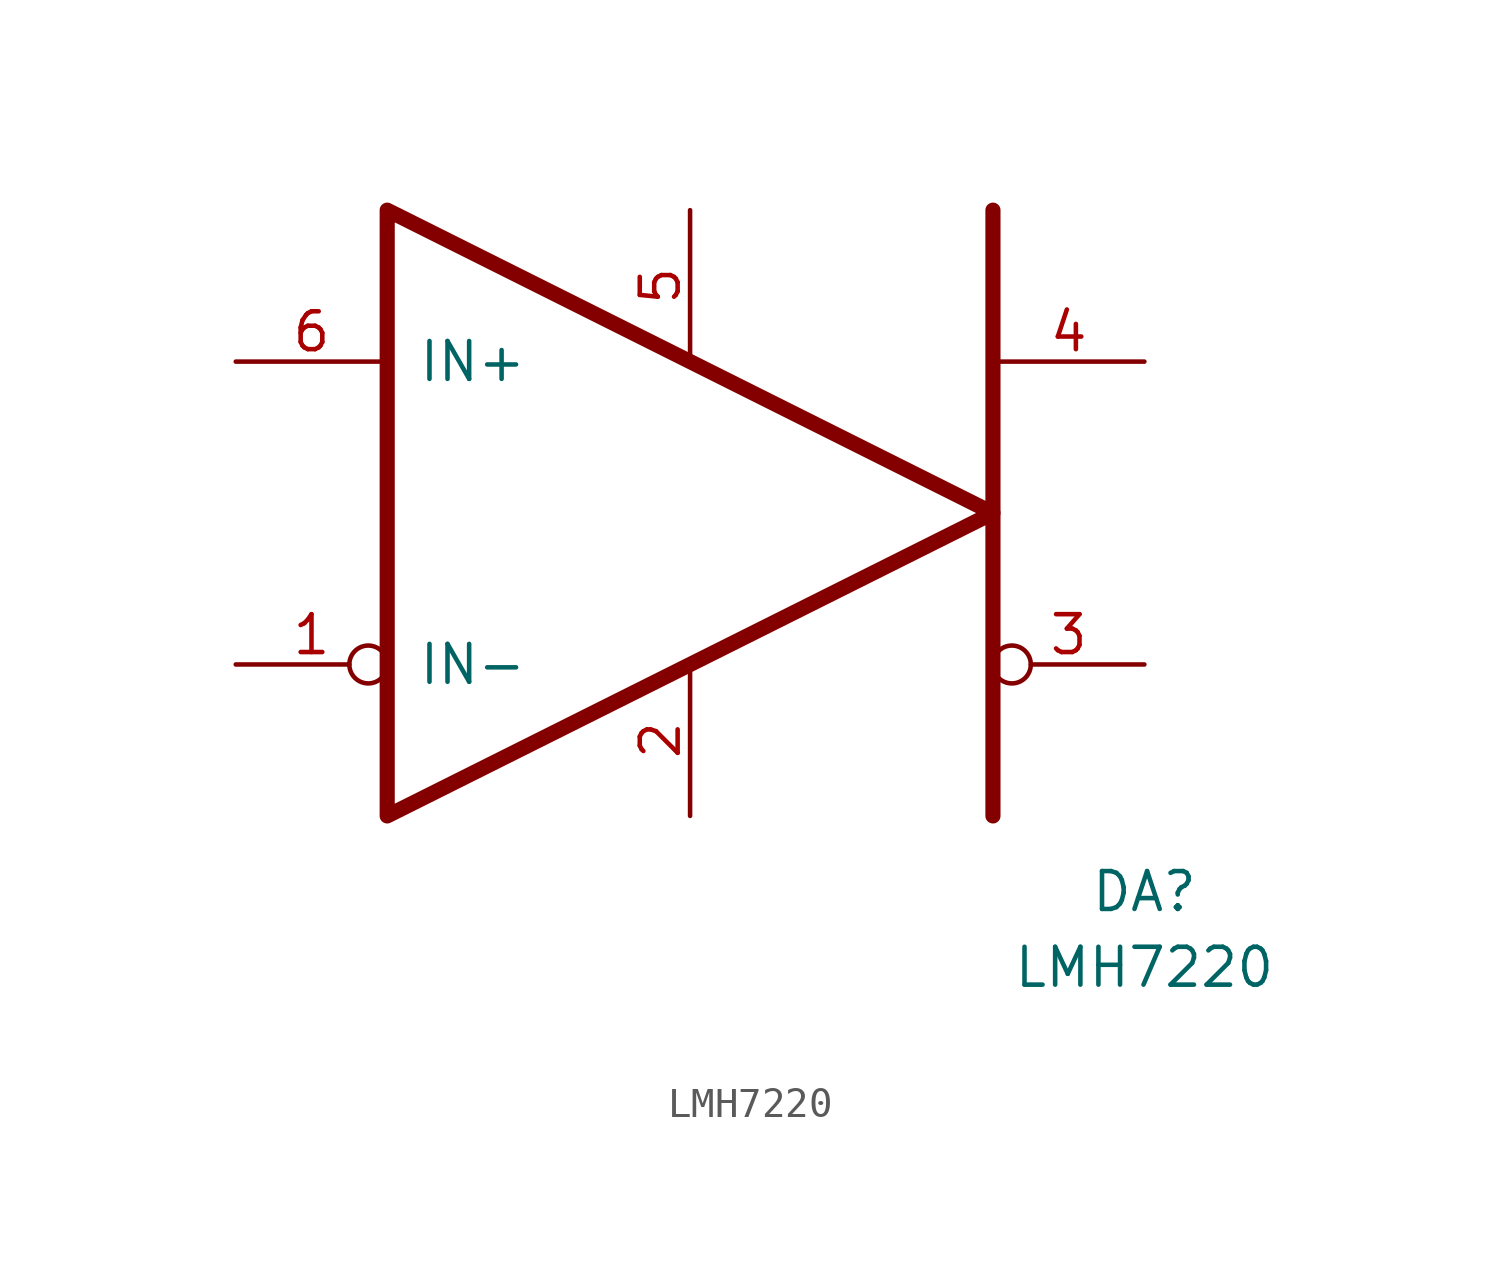
<source format=kicad_sym>
(kicad_symbol_lib
  (version 20211014)
  (generator kicad_symbol_editor)
  (symbol "LMH7220"
    (pin_names
      (offset 1.016))
    (property "Reference" "DA"
      (at 30.48 -17.78 0)
      (effects (font (size 1.27 1.27))))
    (property "Value" "LMH7220"
      (at 30.48 -20.32 0)
      (effects (font (size 1.27 1.27))))
    (symbol "LMH7220_0_1"
      (polyline (pts (xy 25.4 5.08) (xy 25.4 -15.24)) (stroke (width 0.508) (type default) (color 0 0 0 0)) (fill (type none))))
    (symbol "LMH7220_1_1"
      (polyline (pts (xy 5.08 5.08) (xy 5.08 -15.24) (xy 25.4 -5.08) (xy 5.08 5.08)) (stroke (width 0.508) (type default) (color 0 0 0 0)) (fill (type none)))
      (pin input inverted (at 0 -10.16 0) (length 5.08) (name "IN-" (effects (font (size 1.27 1.27)))) (number "1" (effects (font (size 1.27 1.27)))))
      (pin power_in line (at 15.24 -15.24 90) (length 5.08) (name "~" (effects (font (size 1.27 1.27)))) (number "2" (effects (font (size 1.27 1.27)))))
      (pin output inverted (at 30.48 -10.16 180) (length 5.08) (name "~" (effects (font (size 1.27 1.27)))) (number "3" (effects (font (size 1.27 1.27)))))
      (pin output line (at 30.48 0 180) (length 5.08) (name "~" (effects (font (size 1.27 1.27)))) (number "4" (effects (font (size 1.27 1.27)))))
      (pin power_in line (at 15.24 5.08 270) (length 5.08) (name "~" (effects (font (size 1.27 1.27)))) (number "5" (effects (font (size 1.27 1.27)))))
      (pin input line (at 0 0 0) (length 5.08) (name "IN+" (effects (font (size 1.27 1.27)))) (number "6" (effects (font (size 1.27 1.27))))))))
</source>
